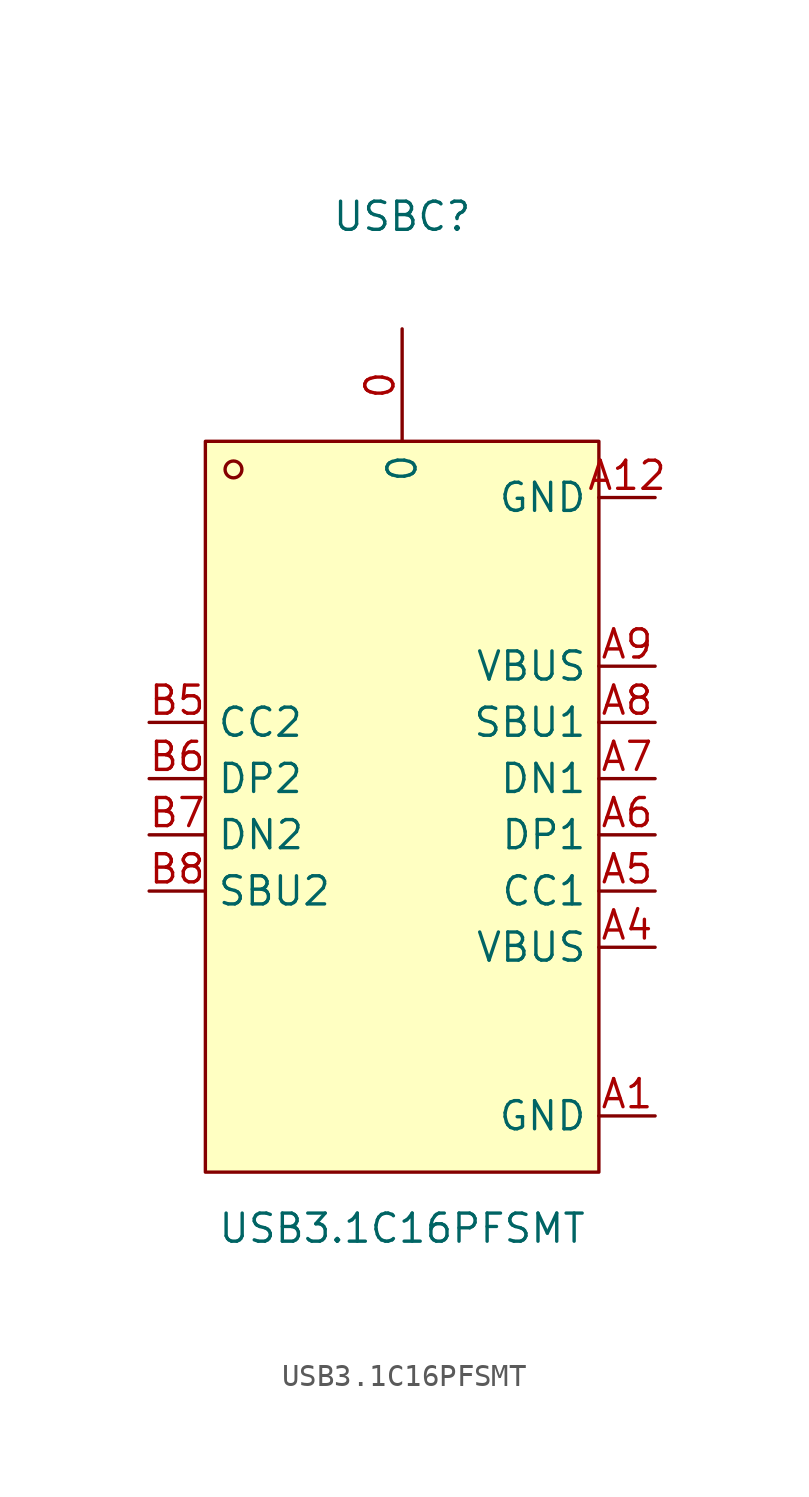
<source format=kicad_sym>
(kicad_symbol_lib
  (version 20211014)
  (generator https://github.com/uPesy/easyeda2kicad.py)
  (symbol "USB3.1C16PFSMT"
    (property "Reference" "USBC"
      (at 0 26.67 0)
      (effects (font (size 1.27 1.27))))
    (property "Value" "USB3.1C16PFSMT"
      (at 0 -19.05 0)
      (effects (font (size 1.27 1.27))))
    (symbol "USB3.1C16PFSMT_0_1"
      (rectangle (start -8.89 16.51) (end 8.89 -16.51) (stroke (width 0) (type default) (color 0 0 0 0)) (fill (type background)))
      (circle (center -7.62 15.24) (radius 0.38) (stroke (width 0) (type default) (color 0 0 0 0)) (fill (type none)))
      (pin unspecified line (at -11.43 3.81 0) (length 2.54) (name "CC2" (effects (font (size 1.27 1.27)))) (number "B5" (effects (font (size 1.27 1.27)))))
      (pin unspecified line (at -11.43 1.27 0) (length 2.54) (name "DP2" (effects (font (size 1.27 1.27)))) (number "B6" (effects (font (size 1.27 1.27)))))
      (pin unspecified line (at -11.43 -1.27 0) (length 2.54) (name "DN2" (effects (font (size 1.27 1.27)))) (number "B7" (effects (font (size 1.27 1.27)))))
      (pin unspecified line (at -11.43 -3.81 0) (length 2.54) (name "SBU2" (effects (font (size 1.27 1.27)))) (number "B8" (effects (font (size 1.27 1.27)))))
      (pin unspecified line (at 0.00 21.59 270) (length 5.08) (name "0" (effects (font (size 1.27 1.27)))) (number "0" (effects (font (size 1.27 1.27)))))
      (pin unspecified line (at 11.43 -13.97 180) (length 2.54) (name "GND" (effects (font (size 1.27 1.27)))) (number "A1" (effects (font (size 1.27 1.27)))))
      (pin unspecified line (at 11.43 -6.35 180) (length 2.54) (name "VBUS" (effects (font (size 1.27 1.27)))) (number "A4" (effects (font (size 1.27 1.27)))))
      (pin unspecified line (at 11.43 -3.81 180) (length 2.54) (name "CC1" (effects (font (size 1.27 1.27)))) (number "A5" (effects (font (size 1.27 1.27)))))
      (pin unspecified line (at 11.43 -1.27 180) (length 2.54) (name "DP1" (effects (font (size 1.27 1.27)))) (number "A6" (effects (font (size 1.27 1.27)))))
      (pin unspecified line (at 11.43 1.27 180) (length 2.54) (name "DN1" (effects (font (size 1.27 1.27)))) (number "A7" (effects (font (size 1.27 1.27)))))
      (pin unspecified line (at 11.43 3.81 180) (length 2.54) (name "SBU1" (effects (font (size 1.27 1.27)))) (number "A8" (effects (font (size 1.27 1.27)))))
      (pin unspecified line (at 11.43 6.35 180) (length 2.54) (name "VBUS" (effects (font (size 1.27 1.27)))) (number "A9" (effects (font (size 1.27 1.27)))))
      (pin unspecified line (at 11.43 13.97 180) (length 2.54) (name "GND" (effects (font (size 1.27 1.27)))) (number "A12" (effects (font (size 1.27 1.27))))))))
</source>
